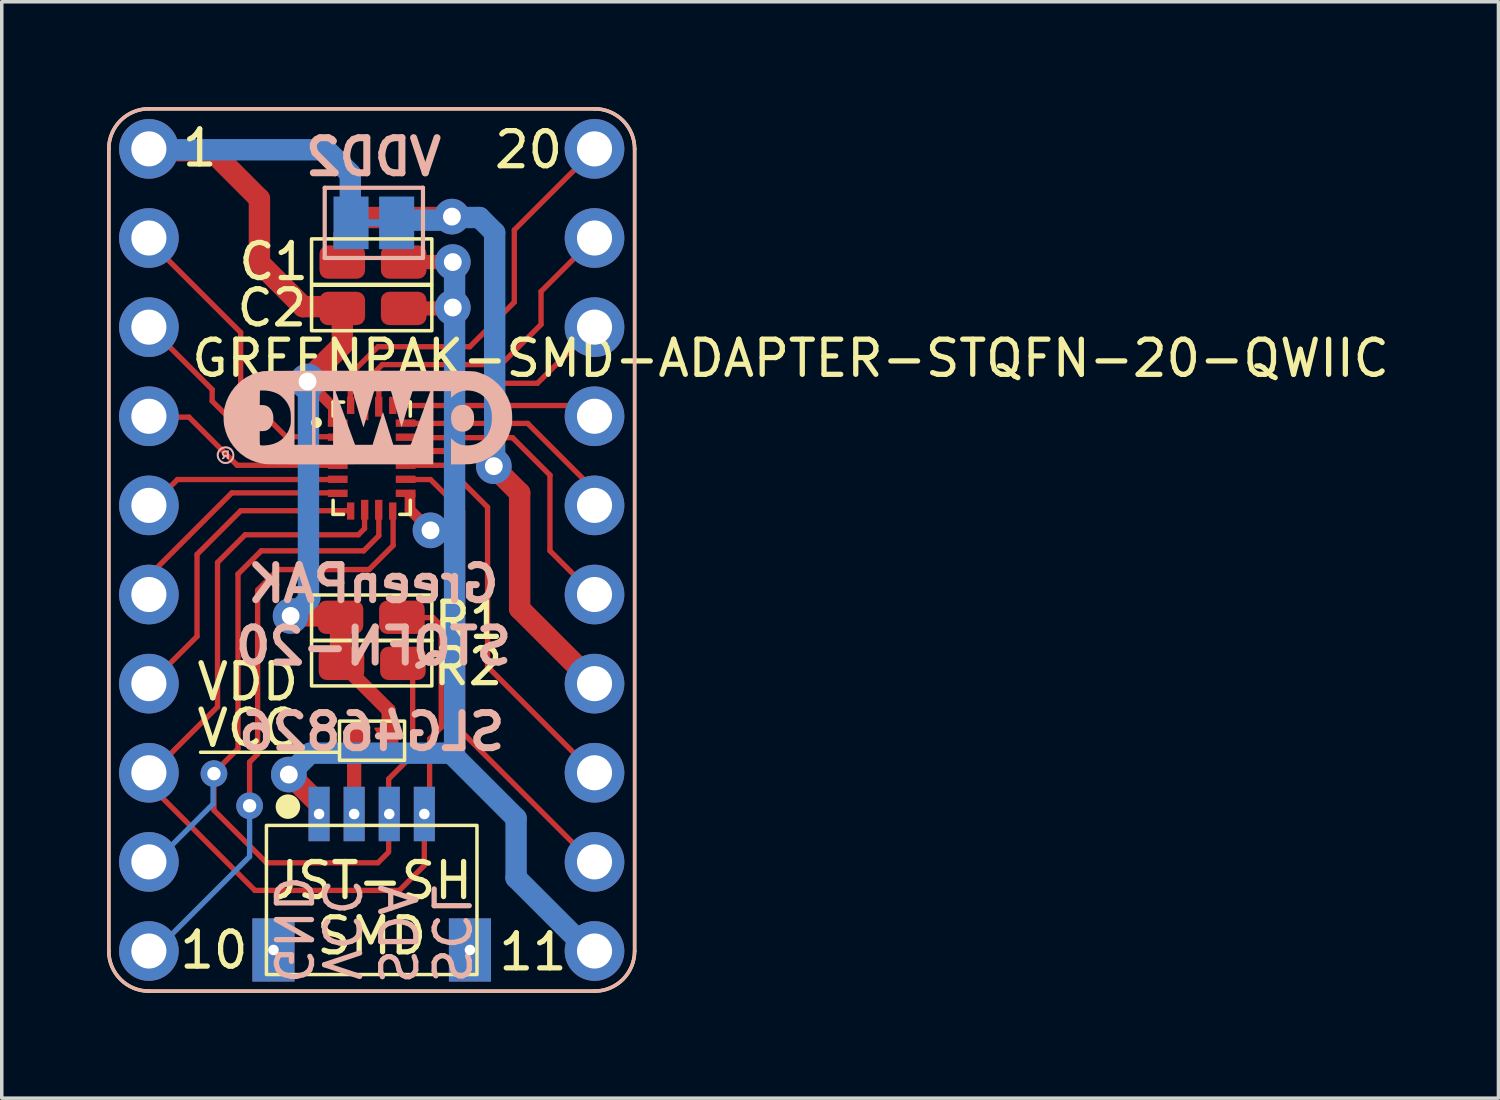
<source format=kicad_pcb>
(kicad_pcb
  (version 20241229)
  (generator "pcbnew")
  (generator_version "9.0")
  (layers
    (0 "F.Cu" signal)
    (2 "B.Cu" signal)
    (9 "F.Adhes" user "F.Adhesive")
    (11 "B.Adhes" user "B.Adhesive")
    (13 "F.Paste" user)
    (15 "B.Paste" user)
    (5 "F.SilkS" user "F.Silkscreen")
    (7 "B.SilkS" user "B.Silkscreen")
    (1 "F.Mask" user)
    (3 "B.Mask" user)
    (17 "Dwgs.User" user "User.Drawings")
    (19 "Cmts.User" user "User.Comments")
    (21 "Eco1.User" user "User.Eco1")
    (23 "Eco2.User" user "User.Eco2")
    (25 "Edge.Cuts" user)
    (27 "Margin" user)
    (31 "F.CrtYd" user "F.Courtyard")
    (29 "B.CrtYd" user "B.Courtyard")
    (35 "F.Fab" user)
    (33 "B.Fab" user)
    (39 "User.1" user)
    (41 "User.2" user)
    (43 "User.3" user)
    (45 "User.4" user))
  (footprint "GREENPAK-SMD-ADAPTER-STQFN-20-QWIIC"
    (layer "F.Cu")
    (at 7.543 12.623)
    (property "Reference" "GREENPAK-SMD-ADAPTER-STQFN-20-QWIIC" (at 11.938 -5.461 0) (layer "F.SilkS") (effects (font (size 1 1) (thickness 0.15))))
    (attr smd)
    (fp_line (start -6.426 6.502) (end -4.395 4.471) (stroke (width 0.152) (type default)) (layer "F.Cu"))
    (fp_line (start -6.392 -1.151) (end -5.536 -2.007) (stroke (width 0.152) (type default)) (layer "F.Cu"))
    (fp_line (start -6.35 -3.785) (end -5.207 -3.785) (stroke (width 0.152) (type default)) (layer "F.Cu"))
    (fp_line (start -5.206 -3.784) (end -3.835 -2.413) (stroke (width 0.152) (type default)) (layer "F.Cu"))
    (fp_line (start -4.978 2.464) (end -4.978 0.127) (stroke (width 0.152) (type default)) (layer "F.Cu"))
    (fp_line (start -4.978 2.464) (end -6.35 3.835) (stroke (width 0.152) (type default)) (layer "F.Cu"))
    (fp_line (start -4.976 0.125) (end -3.734 -1.118) (stroke (width 0.152) (type default)) (layer "F.Cu"))
    (fp_line (start -4.572 -11.379) (end -6.382 -11.379) (stroke (width 0.61) (type default)) (layer "F.Cu"))
    (fp_line (start -4.572 -11.379) (end -3.202 -10.009) (stroke (width 0.61) (type default)) (layer "F.Cu"))
    (fp_line (start -4.547 -4.242) (end -4.547 -4.572) (stroke (width 0.152) (type default)) (layer "F.Cu"))
    (fp_line (start -4.547 -4.242) (end -3.124 -2.819) (stroke (width 0.152) (type default)) (layer "F.Cu"))
    (fp_line (start -4.545 -4.571) (end -6.35 -6.375) (stroke (width 0.152) (type default)) (layer "F.Cu"))
    (fp_line (start -4.496 7.417) (end -4.496 6.083) (stroke (width 0.152) (type default)) (layer "F.Cu"))
    (fp_line (start -4.394 4.47) (end -4.394 0.356) (stroke (width 0.152) (type default)) (layer "F.Cu"))
    (fp_line (start -3.988 -1.626) (end -6.261 0.648) (stroke (width 0.152) (type default)) (layer "F.Cu"))
    (fp_line (start -3.835 -2.413) (end -0.991 -2.413) (stroke (width 0.152) (type default)) (layer "F.Cu"))
    (fp_line (start -3.81 5.664) (end -4.525 6.379) (stroke (width 0.152) (type default)) (layer "F.Cu"))
    (fp_line (start -3.81 5.664) (end -3.81 0.686) (stroke (width 0.152) (type default)) (layer "F.Cu"))
    (fp_line (start -3.735 -4.522) (end -2.439 -3.227) (stroke (width 0.152) (type default)) (layer "F.Cu"))
    (fp_line (start -3.734 -6.198) (end -3.734 -4.521) (stroke (width 0.152) (type default)) (layer "F.Cu"))
    (fp_line (start -3.733 -6.197) (end -6.426 -8.89) (stroke (width 0.152) (type default)) (layer "F.Cu"))
    (fp_line (start -3.607 -0.432) (end -4.394 0.356) (stroke (width 0.152) (type default)) (layer "F.Cu"))
    (fp_line (start -3.607 -0.432) (end -0.381 -0.432) (stroke (width 0.152) (type default)) (layer "F.Cu"))
    (fp_line (start -3.48 6.045) (end -3.48 7.338) (stroke (width 0.152) (type default)) (layer "F.Cu"))
    (fp_line (start -3.479 6.044) (end -3.251 5.817) (stroke (width 0.152) (type default)) (layer "F.Cu"))
    (fp_line (start -3.329 9.701) (end -6.543 6.488) (stroke (width 0.152) (type default)) (layer "F.Cu"))
    (fp_line (start -3.327 9.703) (end 0.787 9.703) (stroke (width 0.152) (type default)) (layer "F.Cu"))
    (fp_line (start -3.251 5.817) (end -3.251 1.143) (stroke (width 0.152) (type default)) (layer "F.Cu"))
    (fp_line (start -3.2 -10.008) (end -3.2 -8.179) (stroke (width 0.61) (type default)) (layer "F.Cu"))
    (fp_line (start -3.198 -8.177) (end -1.956 -6.934) (stroke (width 0.61) (type default)) (layer "F.Cu"))
    (fp_line (start -3.15 0.025) (end -0.229 0.025) (stroke (width 0.152) (type default)) (layer "F.Cu"))
    (fp_line (start -3.149 0.025) (end -3.812 0.688) (stroke (width 0.152) (type default)) (layer "F.Cu"))
    (fp_line (start -2.997 8.915) (end 0.178 8.915) (stroke (width 0.152) (type default)) (layer "F.Cu"))
    (fp_line (start -2.997 8.915) (end -4.495 7.417) (stroke (width 0.152) (type default)) (layer "F.Cu"))
    (fp_line (start -2.667 0.559) (end -0.076 0.559) (stroke (width 0.152) (type default)) (layer "F.Cu"))
    (fp_line (start -2.664 0.556) (end -3.252 1.144) (stroke (width 0.152) (type default)) (layer "F.Cu"))
    (fp_line (start -2.362 1.88) (end -0.838 1.88) (stroke (width 0.61) (type default)) (layer "F.Cu"))
    (fp_line (start -1.62 7.117) (end -2.337 6.401) (stroke (width 0.61) (type default)) (layer "F.Cu"))
    (fp_line (start -1.143 -2.007) (end -5.537 -2.007) (stroke (width 0.152) (type default)) (layer "F.Cu"))
    (fp_line (start -1.092 -4.075) (end -1.092 -3.698) (stroke (width 0.305) (type default)) (layer "F.Cu"))
    (fp_line (start -1.085 -4.056) (end -1.793 -4.765) (stroke (width 0.305) (type default)) (layer "F.Cu"))
    (fp_line (start -1.041 -2.819) (end -3.124 -2.819) (stroke (width 0.152) (type default)) (layer "F.Cu"))
    (fp_line (start -0.94 -1.626) (end -3.988 -1.626) (stroke (width 0.152) (type default)) (layer "F.Cu"))
    (fp_line (start -0.908 -3.226) (end -2.438 -3.226) (stroke (width 0.152) (type default)) (layer "F.Cu"))
    (fp_line (start -0.889 1.919) (end -0.889 3.215) (stroke (width 0.61) (type default)) (layer "F.Cu"))
    (fp_line (start -0.841 -5.839) (end -1.88 -4.801) (stroke (width 0.61) (type default)) (layer "F.Cu"))
    (fp_line (start -0.838 -5.842) (end -0.838 -6.934) (stroke (width 0.61) (type default)) (layer "F.Cu"))
    (fp_line (start -0.787 -8.992) (end -0.305 -9.474) (stroke (width 0.61) (type default)) (layer "F.Cu"))
    (fp_line (start -0.787 -8.954) (end -0.787 -8.268) (stroke (width 0.61) (type default)) (layer "F.Cu"))
    (fp_line (start -0.61 -4.064) (end -0.61 -5.004) (stroke (width 0.152) (type default)) (layer "F.Cu"))
    (fp_line (start -0.584 -6.934) (end -1.956 -6.934) (stroke (width 0.61) (type default)) (layer "F.Cu"))
    (fp_line (start -0.584 -1.118) (end -3.734 -1.118) (stroke (width 0.152) (type default)) (layer "F.Cu"))
    (fp_line (start -0.5 7.525) (end -0.5 5.41) (stroke (width 0.406) (type default)) (layer "F.Cu"))
    (fp_line (start -0.305 -9.474) (end 2.235 -9.474) (stroke (width 0.61) (type default)) (layer "F.Cu"))
    (fp_line (start -0.203 -4.039) (end -0.203 -4.775) (stroke (width 0.152) (type default)) (layer "F.Cu"))
    (fp_line (start -0.203 -1.146) (end -0.203 -0.61) (stroke (width 0.152) (type default)) (layer "F.Cu"))
    (fp_line (start -0.203 -0.61) (end -0.381 -0.432) (stroke (width 0.152) (type default)) (layer "F.Cu"))
    (fp_line (start 0.178 -5.791) (end -0.61 -5.004) (stroke (width 0.152) (type default)) (layer "F.Cu"))
    (fp_line (start 0.178 -5.791) (end 2.794 -5.791) (stroke (width 0.152) (type default)) (layer "F.Cu"))
    (fp_line (start 0.203 -4.013) (end 0.203 -4.572) (stroke (width 0.152) (type default)) (layer "F.Cu"))
    (fp_line (start 0.203 -0.406) (end 0.203 -1.194) (stroke (width 0.152) (type default)) (layer "F.Cu"))
    (fp_line (start 0.204 -0.407) (end -0.229 0.026) (stroke (width 0.152) (type default)) (layer "F.Cu"))
    (fp_line (start 0.305 -5.283) (end 3.683 -5.283) (stroke (width 0.152) (type default)) (layer "F.Cu"))
    (fp_line (start 0.305 -5.284) (end -0.205 -4.774) (stroke (width 0.152) (type default)) (layer "F.Cu"))
    (fp_line (start 0.381 -4.75) (end 4.724 -4.75) (stroke (width 0.152) (type default)) (layer "F.Cu"))
    (fp_line (start 0.381 -4.75) (end 0.203 -4.572) (stroke (width 0.152) (type default)) (layer "F.Cu"))
    (fp_line (start 0.481 8.612) (end 0.178 8.915) (stroke (width 0.152) (type default)) (layer "F.Cu"))
    (fp_line (start 0.482 4.571) (end -0.649 3.441) (stroke (width 0.406) (type default)) (layer "F.Cu"))
    (fp_line (start 0.483 5.359) (end 0.483 4.572) (stroke (width 0.406) (type default)) (layer "F.Cu"))
    (fp_line (start 0.483 7.43) (end 0.483 6.528) (stroke (width 0.152) (type default)) (layer "F.Cu"))
    (fp_line (start 0.483 7.62) (end 0.483 8.585) (stroke (width 0.152) (type default)) (layer "F.Cu"))
    (fp_line (start 0.483 6.527) (end 1.167 5.843) (stroke (width 0.152) (type default)) (layer "F.Cu"))
    (fp_line (start 0.61 -4.115) (end 6.35 -4.115) (stroke (width 0.152) (type default)) (layer "F.Cu"))
    (fp_line (start 0.61 -0.127) (end 0.61 -1.168) (stroke (width 0.152) (type default)) (layer "F.Cu"))
    (fp_line (start 0.612 -0.129) (end -0.076 0.559) (stroke (width 0.152) (type default)) (layer "F.Cu"))
    (fp_line (start 0.94 -3.607) (end 4.445 -3.607) (stroke (width 0.152) (type default)) (layer "F.Cu"))
    (fp_line (start 1.016 -2.819) (end 2.946 -2.819) (stroke (width 0.178) (type default)) (layer "F.Cu"))
    (fp_line (start 1.092 -1.13) (end 1.092 -1.562) (stroke (width 0.305) (type default)) (layer "F.Cu"))
    (fp_line (start 1.092 -1.143) (end 1.676 -0.559) (stroke (width 0.305) (type default)) (layer "F.Cu"))
    (fp_line (start 1.168 5.842) (end 1.168 3.277) (stroke (width 0.152) (type default)) (layer "F.Cu"))
    (fp_line (start 1.499 8.992) (end 1.499 7.569) (stroke (width 0.152) (type default)) (layer "F.Cu"))
    (fp_line (start 1.499 8.991) (end 0.789 9.701) (stroke (width 0.152) (type default)) (layer "F.Cu"))
    (fp_line (start 1.651 5.385) (end 1.986 5.05) (stroke (width 0.152) (type default)) (layer "F.Cu"))
    (fp_line (start 1.651 7.442) (end 1.651 5.385) (stroke (width 0.152) (type default)) (layer "F.Cu"))
    (fp_line (start 1.676 -2.007) (end 2.592 -1.091) (stroke (width 0.152) (type default)) (layer "F.Cu"))
    (fp_line (start 1.676 -2.007) (end 0.851 -2.007) (stroke (width 0.152) (type default)) (layer "F.Cu"))
    (fp_line (start 1.753 1.93) (end 1.262 1.93) (stroke (width 0.152) (type default)) (layer "F.Cu"))
    (fp_line (start 1.981 5.055) (end 1.981 2.159) (stroke (width 0.152) (type default)) (layer "F.Cu"))
    (fp_line (start 1.982 2.16) (end 1.753 1.93) (stroke (width 0.152) (type default)) (layer "F.Cu"))
    (fp_line (start 2.108 -2.413) (end 0.889 -2.413) (stroke (width 0.152) (type default)) (layer "F.Cu"))
    (fp_line (start 2.108 -2.413) (end 3.302 -1.219) (stroke (width 0.152) (type default)) (layer "F.Cu"))
    (fp_line (start 2.299 -6.883) (end 1.003 -6.883) (stroke (width 0.406) (type default)) (layer "F.Cu"))
    (fp_line (start 2.311 -8.204) (end 0.94 -8.204) (stroke (width 0.406) (type default)) (layer "F.Cu"))
    (fp_line (start 2.591 5.207) (end 2.591 -1.092) (stroke (width 0.152) (type default)) (layer "F.Cu"))
    (fp_line (start 2.591 5.207) (end 6.325 8.941) (stroke (width 0.152) (type default)) (layer "F.Cu"))
    (fp_line (start 2.795 -5.792) (end 4.064 -7.061) (stroke (width 0.152) (type default)) (layer "F.Cu"))
    (fp_line (start 3.302 3.327) (end 3.302 -1.219) (stroke (width 0.152) (type default)) (layer "F.Cu"))
    (fp_line (start 3.414 -2.352) (end 2.946 -2.82) (stroke (width 0.178) (type default)) (layer "F.Cu"))
    (fp_line (start 3.684 -5.284) (end 4.826 -6.426) (stroke (width 0.152) (type default)) (layer "F.Cu"))
    (fp_line (start 4.013 -3.2) (end 0.914 -3.2) (stroke (width 0.152) (type default)) (layer "F.Cu"))
    (fp_line (start 4.014 -3.2) (end 5.082 -2.131) (stroke (width 0.152) (type default)) (layer "F.Cu"))
    (fp_line (start 4.064 -7.061) (end 4.064 -9.119) (stroke (width 0.152) (type default)) (layer "F.Cu"))
    (fp_line (start 4.066 -9.121) (end 6.35 -11.405) (stroke (width 0.152) (type default)) (layer "F.Cu"))
    (fp_line (start 4.216 -1.626) (end 4.216 1.676) (stroke (width 0.61) (type default)) (layer "F.Cu"))
    (fp_line (start 4.218 -1.624) (end 3.48 -2.362) (stroke (width 0.61) (type default)) (layer "F.Cu"))
    (fp_line (start 4.445 -3.607) (end 6.37 -1.682) (stroke (width 0.152) (type default)) (layer "F.Cu"))
    (fp_line (start 4.825 -7.365) (end 6.375 -8.915) (stroke (width 0.152) (type default)) (layer "F.Cu"))
    (fp_line (start 4.826 -6.426) (end 4.826 -7.366) (stroke (width 0.152) (type default)) (layer "F.Cu"))
    (fp_line (start 5.079 0.024) (end 6.308 1.254) (stroke (width 0.152) (type default)) (layer "F.Cu"))
    (fp_line (start 5.08 -2.134) (end 5.08 0.025) (stroke (width 0.152) (type default)) (layer "F.Cu"))
    (fp_line (start 6.325 6.35) (end 3.303 3.328) (stroke (width 0.152) (type default)) (layer "F.Cu"))
    (fp_line (start 6.35 -6.375) (end 4.724 -4.75) (stroke (width 0.152) (type default)) (layer "F.Cu"))
    (fp_line (start 6.35 3.81) (end 4.215 1.675) (stroke (width 0.61) (type default)) (layer "F.Cu"))
    (fp_poly (pts (xy -0.251 5.086) (xy -0.701 5.086) (xy -0.701 5.786) (xy -0.251 5.786) (xy -0.051 5.436)) (stroke (width 0.05) (type solid)) (fill yes) (layer "F.Cu"))
    (fp_poly (pts (xy 0.099 5.086) (xy 0.736 5.086) (xy 0.736 5.786) (xy 0.099 5.786) (xy 0.299 5.436)) (stroke (width 0.05) (type solid)) (fill yes) (layer "F.Cu"))
    (fp_poly (pts (xy -0.251 5.086) (xy -0.701 5.086) (xy -0.701 5.786) (xy -0.251 5.786) (xy -0.051 5.436)) (stroke (width 0.1) (type solid)) (fill yes) (layer "F.Mask"))
    (fp_poly (pts (xy 0.1 5.091) (xy 0.737 5.091) (xy 0.737 5.791) (xy 0.1 5.791) (xy 0.3 5.441)) (stroke (width 0.1) (type solid)) (fill yes) (layer "F.Mask"))
    (fp_line (start -4.522 7.24) (end -6.312 9.03) (stroke (width 0.152) (type default)) (layer "B.Cu"))
    (fp_line (start -4.521 7.239) (end -4.521 6.083) (stroke (width 0.152) (type default)) (layer "B.Cu"))
    (fp_line (start -3.48 8.738) (end -6.35 11.608) (stroke (width 0.152) (type default)) (layer "B.Cu"))
    (fp_line (start -3.48 8.738) (end -3.48 7.315) (stroke (width 0.152) (type default)) (layer "B.Cu"))
    (fp_line (start -2.388 6.426) (end -1.755 5.794) (stroke (width 0.61) (type default)) (layer "B.Cu"))
    (fp_line (start -2.286 1.88) (end -1.77 1.364) (stroke (width 0.406) (type default)) (layer "B.Cu"))
    (fp_line (start -1.803 1.397) (end -1.803 -4.75) (stroke (width 0.61) (type default)) (layer "B.Cu"))
    (fp_line (start -1.763 1.382) (end -2.341 1.96) (stroke (width 0.61) (type default)) (layer "B.Cu"))
    (fp_line (start -1.297 -11.407) (end -0.61 -10.719) (stroke (width 0.61) (type default)) (layer "B.Cu"))
    (fp_line (start -1.295 -11.405) (end -6.35 -11.405) (stroke (width 0.61) (type default)) (layer "B.Cu"))
    (fp_line (start -0.61 -9.423) (end -0.61 -10.719) (stroke (width 0.61) (type default)) (layer "B.Cu"))
    (fp_line (start 0.61 -9.322) (end -0.457 -9.322) (stroke (width 0.203) (type default)) (layer "B.Cu"))
    (fp_line (start 2.159 5.791) (end -1.753 5.791) (stroke (width 0.61) (type default)) (layer "B.Cu"))
    (fp_line (start 2.318 -0.533) (end 1.594 -0.533) (stroke (width 0.61) (type default)) (layer "B.Cu"))
    (fp_line (start 2.337 -9.398) (end 0.61 -9.398) (stroke (width 0.61) (type default)) (layer "B.Cu"))
    (fp_line (start 2.362 5.817) (end 2.362 -8.15) (stroke (width 0.61) (type default)) (layer "B.Cu"))
    (fp_line (start 3.073 -9.474) (end 2.261 -9.474) (stroke (width 0.61) (type default)) (layer "B.Cu"))
    (fp_line (start 3.073 -9.474) (end 3.503 -9.045) (stroke (width 0.61) (type default)) (layer "B.Cu"))
    (fp_line (start 3.505 -2.302) (end 3.505 -9.042) (stroke (width 0.61) (type default)) (layer "B.Cu"))
    (fp_line (start 4.113 7.644) (end 2.286 5.817) (stroke (width 0.61) (type default)) (layer "B.Cu"))
    (fp_line (start 4.115 7.645) (end 4.115 9.347) (stroke (width 0.61) (type default)) (layer "B.Cu"))
    (fp_line (start 6.401 11.633) (end 4.112 9.344) (stroke (width 0.61) (type default)) (layer "B.Cu"))
    (fp_line (start -7.493 11.43) (end -7.493 -11.43) (stroke (width 0.1) (type default)) (layer "F.SilkS"))
    (fp_line (start -6.35 -12.573) (end 6.35 -12.573) (stroke (width 0.1) (type default)) (layer "F.SilkS"))
    (fp_line (start -4.877 5.766) (end -0.927 5.766) (stroke (width 0.1) (type default)) (layer "F.SilkS"))
    (fp_line (start -1.1 -4.214) (end -1.1 -3.814) (stroke (width 0.1) (type solid)) (layer "F.SilkS"))
    (fp_line (start -1.1 -4.214) (end -0.8 -4.214) (stroke (width 0.1) (type solid)) (layer "F.SilkS"))
    (fp_line (start -1.1 -1.414) (end -1.1 -1.014) (stroke (width 0.1) (type solid)) (layer "F.SilkS"))
    (fp_line (start -1.1 -1.014) (end -0.8 -1.014) (stroke (width 0.1) (type solid)) (layer "F.SilkS"))
    (fp_line (start 0.8 -4.214) (end 1.1 -4.214) (stroke (width 0.1) (type solid)) (layer "F.SilkS"))
    (fp_line (start 0.8 -1.014) (end 1.1 -1.014) (stroke (width 0.1) (type solid)) (layer "F.SilkS"))
    (fp_line (start 1.1 -4.214) (end 1.1 -3.814) (stroke (width 0.1) (type solid)) (layer "F.SilkS"))
    (fp_line (start 1.1 -1.414) (end 1.1 -1.014) (stroke (width 0.1) (type solid)) (layer "F.SilkS"))
    (fp_line (start 6.35 12.573) (end -6.35 12.573) (stroke (width 0.1) (type default)) (layer "F.SilkS"))
    (fp_line (start 7.493 -11.43) (end 7.493 11.43) (stroke (width 0.1) (type default)) (layer "F.SilkS"))
    (fp_rect (start -3 7.85) (end 3 12.1) (stroke (width 0.1) (type default)) (fill no) (layer "F.SilkS"))
    (fp_rect (start -1.714 -8.865) (end 1.714 -7.569) (stroke (width 0.1) (type default)) (fill no) (layer "F.SilkS"))
    (fp_rect (start -1.714 -7.544) (end 1.714 -6.248) (stroke (width 0.1) (type default)) (fill no) (layer "F.SilkS"))
    (fp_rect (start -1.714 1.284) (end 1.714 2.58) (stroke (width 0.1) (type default)) (fill no) (layer "F.SilkS"))
    (fp_rect (start -1.714 2.58) (end 1.714 3.875) (stroke (width 0.1) (type default)) (fill no) (layer "F.SilkS"))
    (fp_rect (start -0.917 4.877) (end 0.937 5.994) (stroke (width 0.1) (type default)) (fill no) (layer "F.SilkS"))
    (fp_arc (start -7.493 -11.43) (mid -7.158223 -12.238223) (end -6.35 -12.573) (stroke (width 0.1) (type default)) (layer "F.SilkS"))
    (fp_arc (start -6.35 12.573) (mid -7.158223 12.238223) (end -7.493 11.43) (stroke (width 0.1) (type default)) (layer "F.SilkS"))
    (fp_arc (start 6.35 -12.573) (mid 7.158226 -12.238224) (end 7.493 -11.43) (stroke (width 0.1) (type default)) (layer "F.SilkS"))
    (fp_arc (start 7.493 11.43) (mid 7.158224 12.238224) (end 6.35 12.573) (stroke (width 0.1) (type default)) (layer "F.SilkS"))
    (fp_circle (center -2.388 7.315) (end -2.088 7.315) (stroke (width 0.1) (type solid)) (fill yes) (layer "F.SilkS"))
    (fp_circle (center -1.573 -3.63) (end -1.423 -3.63) (stroke (width 0.01) (type solid)) (fill yes) (layer "F.SilkS"))
    (fp_line (start -7.493 11.43) (end -7.493 -11.43) (stroke (width 0.1) (type default)) (layer "B.SilkS"))
    (fp_line (start -6.35 -12.573) (end 6.35 -12.573) (stroke (width 0.1) (type default)) (layer "B.SilkS"))
    (fp_line (start -1.339 -10.322) (end -1.339 -8.322) (stroke (width 0.12) (type solid)) (layer "B.SilkS"))
    (fp_line (start -1.339 -8.322) (end 1.461 -8.322) (stroke (width 0.12) (type solid)) (layer "B.SilkS"))
    (fp_line (start 1.461 -10.322) (end -1.339 -10.322) (stroke (width 0.12) (type solid)) (layer "B.SilkS"))
    (fp_line (start 1.461 -8.322) (end 1.461 -10.322) (stroke (width 0.12) (type solid)) (layer "B.SilkS"))
    (fp_line (start 6.35 12.573) (end -6.35 12.573) (stroke (width 0.1) (type default)) (layer "B.SilkS"))
    (fp_line (start 7.493 -11.43) (end 7.493 11.43) (stroke (width 0.1) (type default)) (layer "B.SilkS"))
    (fp_arc (start -7.493 -11.43) (mid -7.158223 -12.238223) (end -6.35 -12.573) (stroke (width 0.1) (type default)) (layer "B.SilkS"))
    (fp_arc (start -6.35 12.573) (mid -7.158223 12.238223) (end -7.493 11.43) (stroke (width 0.1) (type default)) (layer "B.SilkS"))
    (fp_arc (start 6.35 -12.573) (mid 7.158223 -12.238223) (end 7.493 -11.43) (stroke (width 0.1) (type default)) (layer "B.SilkS"))
    (fp_arc (start 7.493 11.43) (mid 7.158223 12.238223) (end 6.35 12.573) (stroke (width 0.1) (type default)) (layer "B.SilkS"))
    (fp_poly (pts (xy 2.567 -4.135) (xy 2.489 -4.123) (xy 2.423 -4.096) (xy 2.368 -4.053) (xy 2.321 -3.993) (xy 2.297 -3.948) (xy 2.282 -3.914) (xy 2.273 -3.882) (xy 2.267 -3.847) (xy 2.263 -3.801) (xy 2.262 -3.782) (xy 2.265 -3.683) (xy 2.283 -3.596) (xy 2.316 -3.522) (xy 2.363 -3.461) (xy 2.389 -3.438) (xy 2.452 -3.4) (xy 2.523 -3.377) (xy 2.598 -3.369) (xy 2.67 -3.379) (xy 2.685 -3.383) (xy 2.759 -3.416) (xy 2.819 -3.464) (xy 2.866 -3.525) (xy 2.898 -3.6) (xy 2.916 -3.686) (xy 2.918 -3.781) (xy 2.91 -3.864) (xy 2.892 -3.932) (xy 2.863 -3.989) (xy 2.82 -4.041) (xy 2.804 -4.056) (xy 2.753 -4.096) (xy 2.701 -4.122) (xy 2.642 -4.134) (xy 2.571 -4.135)) (stroke (width 0) (type solid)) (fill yes) (layer "B.SilkS"))
    (fp_poly (pts (xy -4.185 -2.833) (xy -4.228 -2.822) (xy -4.255 -2.804) (xy -4.26 -2.797) (xy -4.269 -2.764) (xy -4.268 -2.727) (xy -4.256 -2.695) (xy -4.249 -2.687) (xy -4.236 -2.672) (xy -4.235 -2.66) (xy -4.246 -2.641) (xy -4.248 -2.639) (xy -4.267 -2.611) (xy -4.274 -2.595) (xy -4.27 -2.589) (xy -4.254 -2.587) (xy -4.247 -2.587) (xy -4.223 -2.59) (xy -4.207 -2.603) (xy -4.195 -2.622) (xy -4.175 -2.648) (xy -4.155 -2.659) (xy -4.138 -2.653) (xy -4.128 -2.63) (xy -4.128 -2.624) (xy -4.123 -2.601) (xy -4.109 -2.591) (xy -4.097 -2.589) (xy -4.07 -2.586) (xy -4.07 -2.711) (xy -4.07 -2.721) (xy -4.126 -2.721) (xy -4.131 -2.71) (xy -4.147 -2.707) (xy -4.16 -2.707) (xy -4.187 -2.71) (xy -4.206 -2.718) (xy -4.208 -2.719) (xy -4.22 -2.741) (xy -4.214 -2.762) (xy -4.195 -2.779) (xy -4.164 -2.787) (xy -4.156 -2.787) (xy -4.14 -2.784) (xy -4.132 -2.773) (xy -4.128 -2.747) (xy -4.126 -2.721) (xy -4.07 -2.721) (xy -4.07 -2.837) (xy -4.128 -2.837)) (stroke (width 0) (type solid)) (fill yes) (layer "B.SilkS"))
    (fp_poly (pts (xy -4.191 -2.954) (xy -4.257 -2.939) (xy -4.314 -2.908) (xy -4.36 -2.865) (xy -4.394 -2.812) (xy -4.414 -2.752) (xy -4.418 -2.688) (xy -4.405 -2.623) (xy -4.391 -2.589) (xy -4.364 -2.55) (xy -4.326 -2.511) (xy -4.283 -2.479) (xy -4.243 -2.459) (xy -4.242 -2.459) (xy -4.177 -2.448) (xy -4.109 -2.454) (xy -4.073 -2.463) (xy -4.028 -2.487) (xy -3.984 -2.525) (xy -3.947 -2.57) (xy -3.934 -2.592) (xy -3.917 -2.646) (xy -3.914 -2.708) (xy -3.916 -2.725) (xy -3.972 -2.725) (xy -3.973 -2.67) (xy -3.989 -2.62) (xy -4.018 -2.575) (xy -4.057 -2.54) (xy -4.105 -2.517) (xy -4.158 -2.507) (xy -4.214 -2.514) (xy -4.237 -2.522) (xy -4.289 -2.553) (xy -4.327 -2.595) (xy -4.35 -2.644) (xy -4.359 -2.696) (xy -4.353 -2.749) (xy -4.333 -2.799) (xy -4.298 -2.842) (xy -4.25 -2.876) (xy -4.237 -2.881) (xy -4.179 -2.896) (xy -4.122 -2.892) (xy -4.069 -2.871) (xy -4.023 -2.834) (xy -3.989 -2.784) (xy -3.989 -2.782) (xy -3.972 -2.725) (xy -3.916 -2.725) (xy -3.923 -2.77) (xy -3.944 -2.824) (xy -3.986 -2.883) (xy -4.04 -2.924) (xy -4.103 -2.949) (xy -4.174 -2.955)) (stroke (width 0) (type solid)) (fill yes) (layer "B.SilkS"))
    (fp_poly (pts (xy 0.488 -5.107) (xy 0.219 -5.107) (xy -0.069 -5.107) (xy -0.105 -5.107) (xy -0.394 -5.107) (xy -0.663 -5.107) (xy -0.913 -5.107) (xy -1.146 -5.107) (xy -1.361 -5.107) (xy -1.559 -5.107) (xy -1.742 -5.106) (xy -1.91 -5.106) (xy -2.063 -5.106) (xy -2.202 -5.106) (xy -2.328 -5.105) (xy -2.442 -5.105) (xy -2.544 -5.104) (xy -2.635 -5.104) (xy -2.716 -5.103) (xy -2.786 -5.103) (xy -2.848 -5.102) (xy -2.902 -5.101) (xy -2.948 -5.1) (xy -2.987 -5.099) (xy -3.02 -5.098) (xy -3.047 -5.097) (xy -3.069 -5.096) (xy -3.088 -5.095) (xy -3.102 -5.093) (xy -3.114 -5.092) (xy -3.12 -5.091) (xy -3.275 -5.054) (xy -3.422 -5) (xy -3.561 -4.929) (xy -3.69 -4.843) (xy -3.808 -4.742) (xy -3.914 -4.628) (xy -4.006 -4.503) (xy -4.084 -4.366) (xy -4.147 -4.22) (xy -4.192 -4.066) (xy -4.201 -4.022) (xy -4.213 -3.938) (xy -4.22 -3.842) (xy -4.221 -3.741) (xy -4.217 -3.643) (xy -4.206 -3.555) (xy -4.205 -3.548) (xy -4.167 -3.391) (xy -4.111 -3.24) (xy -4.038 -3.098) (xy -3.949 -2.966) (xy -3.845 -2.845) (xy -3.727 -2.736) (xy -3.596 -2.643) (xy -3.568 -2.625) (xy -3.43 -2.555) (xy -3.283 -2.5) (xy -3.13 -2.462) (xy -3.022 -2.447) (xy -3.001 -2.445) (xy -2.964 -2.444) (xy -2.911 -2.443) (xy -2.841 -2.442) (xy -2.755 -2.441) (xy -2.653 -2.441) (xy -2.533 -2.44) (xy -2.397 -2.439) (xy -2.242 -2.439) (xy -2.069 -2.439) (xy -1.879 -2.438) (xy -1.67 -2.438) (xy -1.442 -2.438) (xy -1.195 -2.438) (xy -0.928 -2.439) (xy -0.642 -2.439) (xy -0.58 -2.439) (xy 1.755 -2.442) (xy 1.758 -3.484) (xy 1.76 -4.522) (xy 1.668 -4.522) (xy 1.399 -3.782) (xy 1.357 -3.665) (xy 1.316 -3.553) (xy 1.278 -3.448) (xy 1.242 -3.351) (xy 1.21 -3.264) (xy 1.183 -3.187) (xy 1.159 -3.123) (xy 1.141 -3.073) (xy 1.128 -3.039) (xy 1.121 -3.021) (xy 1.121 -3.019) (xy 1.117 -3.012) (xy 1.112 -3.007) (xy 1.103 -3.003) (xy 1.087 -3) (xy 1.063 -2.999) (xy 1.027 -2.998) (xy 0.978 -2.997) (xy 0.912 -2.997) (xy 0.863 -2.997) (xy 0.615 -2.997) (xy 0.471 -3.459) (xy 0.443 -3.552) (xy 0.416 -3.638) (xy 0.391 -3.717) (xy 0.369 -3.786) (xy 0.35 -3.844) (xy 0.336 -3.888) (xy 0.326 -3.918) (xy 0.321 -3.93) (xy 0.321 -3.93) (xy 0.317 -3.922) (xy 0.307 -3.897) (xy 0.293 -3.856) (xy 0.275 -3.802) (xy 0.254 -3.736) (xy 0.229 -3.659) (xy 0.202 -3.574) (xy 0.174 -3.482) (xy 0.17 -3.467) (xy 0.025 -2.997) (xy -0.225 -2.997) (xy -0.475 -2.997) (xy -0.749 -3.75) (xy -0.792 -3.867) (xy -0.833 -3.979) (xy -0.871 -4.084) (xy -0.906 -4.182) (xy -0.938 -4.269) (xy -0.966 -4.346) (xy -0.989 -4.41) (xy -1.008 -4.46) (xy -1.02 -4.494) (xy -1.027 -4.512) (xy -1.028 -4.514) (xy -1.025 -4.518) (xy -1.012 -4.522) (xy -0.988 -4.524) (xy -0.95 -4.526) (xy -0.896 -4.526) (xy -0.825 -4.527) (xy -0.788 -4.527) (xy -1.1 -4.527) (xy -1.1 -3.762) (xy -1.1 -2.997) (xy -1.35 -2.997) (xy -1.6 -2.997) (xy -1.6 -3.762) (xy -1.6 -4.527) (xy -1.7 -4.527) (xy -1.7 -3.762) (xy -1.7 -2.997) (xy -1.95 -2.997) (xy -2.2 -2.997) (xy -2.2 -3.757) (xy -2.305 -3.757) (xy -2.305 -3.691) (xy -2.306 -3.641) (xy -2.309 -3.602) (xy -2.314 -3.569) (xy -2.321 -3.537) (xy -2.328 -3.512) (xy -2.371 -3.397) (xy -2.429 -3.295) (xy -2.501 -3.205) (xy -2.587 -3.13) (xy -2.685 -3.069) (xy -2.796 -3.024) (xy -2.917 -2.993) (xy -3.049 -2.979) (xy -3.081 -2.978) (xy -3.12 -2.978) (xy -3.153 -2.98) (xy -3.172 -2.983) (xy -3.174 -2.983) (xy -3.179 -2.987) (xy -3.183 -2.997) (xy -3.186 -3.016) (xy -3.188 -3.045) (xy -3.189 -3.087) (xy -3.19 -3.145) (xy -3.19 -3.188) (xy -3.19 -3.387) (xy -3.112 -3.387) (xy -3.046 -3.392) (xy -2.992 -3.407) (xy -2.943 -3.435) (xy -2.913 -3.46) (xy -2.868 -3.513) (xy -2.834 -3.58) (xy -2.811 -3.656) (xy -2.801 -3.738) (xy -2.805 -3.821) (xy -2.811 -3.859) (xy -2.837 -3.943) (xy -2.875 -4.013) (xy -2.925 -4.066) (xy -2.987 -4.104) (xy -3.058 -4.125) (xy -3.117 -4.13) (xy -3.19 -4.129) (xy -3.187 -4.336) (xy -3.185 -4.542) (xy -3.115 -4.545) (xy -3.012 -4.542) (xy -2.905 -4.527) (xy -2.801 -4.5) (xy -2.705 -4.463) (xy -2.652 -4.436) (xy -2.593 -4.394) (xy -2.531 -4.339) (xy -2.473 -4.277) (xy -2.424 -4.213) (xy -2.392 -4.161) (xy -2.361 -4.096) (xy -2.337 -4.037) (xy -2.321 -3.978) (xy -2.311 -3.914) (xy -2.306 -3.84) (xy -2.305 -3.757) (xy -2.2 -3.757) (xy -2.2 -3.762) (xy -2.2 -4.527) (xy -1.95 -4.527) (xy -1.7 -4.527) (xy -1.6 -4.527) (xy -1.35 -4.527) (xy -1.1 -4.527) (xy -0.788 -4.527) (xy -0.544 -4.527) (xy -0.395 -4.019) (xy -0.367 -3.922) (xy -0.34 -3.831) (xy -0.315 -3.747) (xy -0.292 -3.673) (xy -0.273 -3.61) (xy -0.257 -3.56) (xy -0.246 -3.524) (xy -0.24 -3.505) (xy -0.239 -3.503) (xy -0.231 -3.504) (xy -0.224 -3.519) (xy -0.22 -3.533) (xy -0.211 -3.565) (xy -0.198 -3.612) (xy -0.18 -3.672) (xy -0.16 -3.744) (xy -0.136 -3.825) (xy -0.11 -3.914) (xy -0.082 -4.009) (xy -0.075 -4.033) (xy 0.068 -4.522) (xy 0.308 -4.525) (xy 0.549 -4.527) (xy 0.559 -4.495) (xy 0.564 -4.479) (xy 0.574 -4.446) (xy 0.588 -4.397) (xy 0.606 -4.336) (xy 0.627 -4.263) (xy 0.65 -4.181) (xy 0.676 -4.092) (xy 0.703 -3.997) (xy 0.706 -3.987) (xy 0.733 -3.893) (xy 0.759 -3.805) (xy 0.782 -3.725) (xy 0.803 -3.654) (xy 0.821 -3.595) (xy 0.835 -3.549) (xy 0.845 -3.518) (xy 0.85 -3.505) (xy 0.85 -3.504) (xy 0.854 -3.512) (xy 0.863 -3.537) (xy 0.877 -3.578) (xy 0.894 -3.633) (xy 0.915 -3.701) (xy 0.939 -3.778) (xy 0.965 -3.865) (xy 0.993 -3.959) (xy 1.006 -4.002) (xy 1.035 -4.099) (xy 1.062 -4.19) (xy 1.087 -4.274) (xy 1.109 -4.348) (xy 1.128 -4.411) (xy 1.143 -4.461) (xy 1.154 -4.497) (xy 1.16 -4.515) (xy 1.161 -4.518) (xy 1.173 -4.521) (xy 1.202 -4.523) (xy 1.248 -4.524) (xy 1.308 -4.525) (xy 1.381 -4.525) (xy 1.417 -4.525) (xy 1.668 -4.522) (xy 1.76 -4.522) (xy 1.76 -4.527) (xy 2.01 -4.527) (xy 2.26 -4.527) (xy 2.26 -4.431) (xy 2.26 -4.335) (xy 2.323 -4.392) (xy 2.406 -4.456) (xy 2.499 -4.503) (xy 2.601 -4.532) (xy 2.711 -4.544) (xy 2.77 -4.543) (xy 2.89 -4.528) (xy 3 -4.494) (xy 3.099 -4.445) (xy 3.186 -4.38) (xy 3.262 -4.299) (xy 3.325 -4.203) (xy 3.374 -4.093) (xy 3.402 -4) (xy 3.412 -3.956) (xy 3.418 -3.912) (xy 3.422 -3.863) (xy 3.424 -3.803) (xy 3.424 -3.767) (xy 3.421 -3.666) (xy 3.411 -3.578) (xy 3.393 -3.497) (xy 3.365 -3.417) (xy 3.334 -3.348) (xy 3.307 -3.296) (xy 3.279 -3.252) (xy 3.244 -3.211) (xy 3.212 -3.177) (xy 3.13 -3.105) (xy 3.045 -3.051) (xy 2.952 -3.012) (xy 2.849 -2.989) (xy 2.755 -2.98) (xy 2.642 -2.982) (xy 2.541 -3) (xy 2.45 -3.035) (xy 2.369 -3.086) (xy 2.319 -3.129) (xy 2.26 -3.187) (xy 2.26 -2.812) (xy 2.26 -2.437) (xy 2.508 -2.438) (xy 2.581 -2.439) (xy 2.651 -2.44) (xy 2.715 -2.442) (xy 2.769 -2.444) (xy 2.809 -2.446) (xy 2.824 -2.448) (xy 2.958 -2.47) (xy 3.084 -2.504) (xy 3.211 -2.554) (xy 3.284 -2.59) (xy 3.422 -2.671) (xy 3.547 -2.768) (xy 3.66 -2.879) (xy 3.759 -3.002) (xy 3.844 -3.137) (xy 3.912 -3.283) (xy 3.964 -3.437) (xy 3.987 -3.534) (xy 3.998 -3.611) (xy 4.004 -3.7) (xy 4.004 -3.795) (xy 4 -3.89) (xy 3.992 -3.977) (xy 3.982 -4.034) (xy 3.94 -4.192) (xy 3.883 -4.337) (xy 3.811 -4.472) (xy 3.722 -4.597) (xy 3.615 -4.716) (xy 3.595 -4.736) (xy 3.478 -4.838) (xy 3.356 -4.923) (xy 3.225 -4.991) (xy 3.085 -5.046) (xy 3.068 -5.052) (xy 3.053 -5.057) (xy 3.038 -5.062) (xy 3.024 -5.067) (xy 3.009 -5.072) (xy 2.994 -5.076) (xy 2.977 -5.079) (xy 2.957 -5.083) (xy 2.934 -5.086) (xy 2.907 -5.089) (xy 2.876 -5.091) (xy 2.839 -5.094) (xy 2.797 -5.096) (xy 2.748 -5.098) (xy 2.691 -5.099) (xy 2.627 -5.101) (xy 2.553 -5.102) (xy 2.471 -5.103) (xy 2.378 -5.104) (xy 2.274 -5.105) (xy 2.159 -5.105) (xy 2.031 -5.106) (xy 1.891 -5.106) (xy 1.737 -5.106) (xy 1.569 -5.107) (xy 1.385 -5.107) (xy 1.186 -5.107) (xy 0.971 -5.107) (xy 0.738 -5.107)) (stroke (width 0) (type solid)) (fill yes) (layer "B.SilkS"))
    (fp_text user "10" (at -4.496 11.405 0) (unlocked yes) (layer "F.SilkS") (effects (font (size 1 1) (thickness 0.15))))
    (fp_text user "VCC" (at -3.531 5.08 0) (unlocked yes) (layer "F.SilkS") (effects (font (size 1 1) (thickness 0.15))))
    (fp_text user "C1" (at -2.794 -8.218 0) (unlocked yes) (layer "F.SilkS") (effects (font (size 1 1) (thickness 0.15))))
    (fp_text user "VDD" (at -3.531 3.759 0) (unlocked yes) (layer "F.SilkS") (effects (font (size 1 1) (thickness 0.15))))
    (fp_text user "R2" (at 2.743 3.327 0) (unlocked yes) (layer "F.SilkS") (effects (font (size 1 1) (thickness 0.15))))
    (fp_text user "JST-SH" (at 0 9.423 0) (unlocked yes) (layer "F.SilkS") (effects (font (size 1 1) (thickness 0.15))))
    (fp_text user "1" (at -4.902 -11.455 0) (unlocked yes) (layer "F.SilkS") (effects (font (size 1 1) (thickness 0.15))))
    (fp_text user "R1" (at 2.769 2.007 0) (unlocked yes) (layer "F.SilkS") (effects (font (size 1 1) (thickness 0.15))))
    (fp_text user "C2" (at -2.845 -6.898 0) (unlocked yes) (layer "F.SilkS") (effects (font (size 1 1) (thickness 0.15))))
    (fp_text user "11" (at 4.597 11.455 0) (unlocked yes) (layer "F.SilkS") (effects (font (size 1 1) (thickness 0.15))))
    (fp_text user "20" (at 4.47 -11.405 0) (unlocked yes) (layer "F.SilkS") (effects (font (size 1 1) (thickness 0.15))))
    (fp_text user "SMD" (at 0 10.998 0) (unlocked yes) (layer "F.SilkS") (effects (font (size 1 1) (thickness 0.15))))
    (fp_text user "SLG46826" (at 0 5.182 0) (unlocked yes) (layer "B.SilkS") (effects (font (size 1 1) (thickness 0.2) (bold yes)) (justify mirror)))
    (fp_text user "SDA" (at 0.711 10.947 270) (unlocked yes) (layer "B.SilkS") (effects (font (size 1 1) (thickness 0.15)) (justify mirror)))
    (fp_text user "GreenPAK" (at 0.051 0.965 0) (unlocked yes) (layer "B.SilkS") (effects (font (size 1 1) (thickness 0.2) (bold yes)) (justify mirror)))
    (fp_text user "SCL" (at 2.235 10.947 270) (unlocked yes) (layer "B.SilkS") (effects (font (size 1 1) (thickness 0.15)) (justify mirror)))
    (fp_text user "VCC" (at -0.889 10.82 270) (unlocked yes) (layer "B.SilkS") (effects (font (size 1 1) (thickness 0.15)) (justify mirror)))
    (fp_text user "VDD2" (at 0.051 -11.201 0) (unlocked yes) (layer "B.SilkS") (effects (font (size 1 1) (thickness 0.2) (bold yes)) (justify mirror)))
    (fp_text user "GND" (at -2.261 10.82 270) (unlocked yes) (layer "B.SilkS") (effects (font (size 1 1) (thickness 0.15)) (justify mirror)))
    (fp_text user "STQFN-20" (at 0.051 2.743 0) (unlocked yes) (layer "B.SilkS") (effects (font (size 1 1) (thickness 0.2) (bold yes)) (justify mirror)))
    (pad "" thru_hole rect (at -2.8 11.4) (size 1.2 1.8) (drill 0.3) (layers "*.Cu" "F.Mask" "F.Paste"))
    (pad "" thru_hole rect (at 2.8 11.4) (size 1.2 1.8) (drill 0.3) (layers "*.Cu" "F.Mask" "F.Paste"))
    (pad "1" thru_hole circle (at -6.35 -11.43) (size 1.7 1.7) (drill 1) (layers "*.Cu" "*.Mask"))
    (pad "1" thru_hole circle (at -2.311 1.88) (size 1.016 1.016) (drill 0.508) (layers "*.Cu"))
    (pad "1" thru_hole circle (at -1.829 -4.801) (size 1.016 1.016) (drill 0.508) (layers "*.Cu"))
    (pad "1" smd rect (at -0.968 -3.614 90) (size 0.21 0.565) (layers "F.Cu" "F.Mask" "F.Paste"))
    (pad "1" smd roundrect (at -0.889 1.919 180) (size 1.3 0.95) (layers "F.Cu" "F.Mask" "F.Paste") (roundrect_rratio 0.25))
    (pad "1" smd roundrect (at -0.861 3.233 180) (size 1.3 0.95) (layers "F.Cu" "F.Mask" "F.Paste") (roundrect_rratio 0.25))
    (pad "1" smd roundrect (at -0.838 -6.883) (size 1.3 0.95) (layers "F.Cu" "F.Mask" "F.Paste") (roundrect_rratio 0.25))
    (pad "1" thru_hole rect (at -0.5 7.525) (size 0.6 1.55) (drill 0.3) (layers "*.Cu" "F.Mask" "F.Paste"))
    (pad "1" smd rect (at 0.711 -9.322) (size 1 1.5) (layers "B.Cu" "B.Mask"))
    (pad "2" thru_hole circle (at -6.35 -8.89) (size 1.7 1.7) (drill 1) (layers "*.Cu" "*.Mask"))
    (pad "2" smd rect (at -0.968 -3.214 90) (size 0.21 0.565) (layers "F.Cu" "F.Mask" "F.Paste"))
    (pad "2" smd rect (at -0.589 -9.322) (size 1 1.5) (layers "B.Cu" "B.Mask"))
    (pad "3" thru_hole circle (at -6.35 -6.35) (size 1.7 1.7) (drill 1) (layers "*.Cu" "*.Mask"))
    (pad "3" smd rect (at -0.968 -2.814 90) (size 0.21 0.565) (layers "F.Cu" "F.Mask" "F.Paste"))
    (pad "4" thru_hole circle (at -6.35 -3.81) (size 1.7 1.7) (drill 1) (layers "*.Cu" "*.Mask"))
    (pad "4" smd rect (at -0.968 -2.414 90) (size 0.21 0.565) (layers "F.Cu" "F.Mask" "F.Paste"))
    (pad "5" thru_hole circle (at -6.35 -1.27) (size 1.7 1.7) (drill 1) (layers "*.Cu" "*.Mask"))
    (pad "5" smd rect (at -0.968 -2.014 90) (size 0.21 0.565) (layers "F.Cu" "F.Mask" "F.Paste"))
    (pad "6" thru_hole circle (at -6.35 1.27) (size 1.7 1.7) (drill 1) (layers "*.Cu" "*.Mask"))
    (pad "6" smd rect (at -0.968 -1.614 90) (size 0.21 0.565) (layers "F.Cu" "F.Mask" "F.Paste"))
    (pad "7" thru_hole circle (at -6.35 3.81) (size 1.7 1.7) (drill 1) (layers "*.Cu" "*.Mask"))
    (pad "7" smd rect (at -0.6 -1.109) (size 0.21 0.49) (layers "F.Cu" "F.Mask" "F.Paste"))
    (pad "8" thru_hole circle (at -6.35 6.35) (size 1.7 1.7) (drill 1) (layers "*.Cu" "*.Mask"))
    (pad "8" smd rect (at -0.2 -1.146) (size 0.21 0.565) (layers "F.Cu" "F.Mask" "F.Paste"))
    (pad "8" smd roundrect (at 0.861 1.919 180) (size 1.3 0.95) (layers "F.Cu" "F.Mask" "F.Paste") (roundrect_rratio 0.25))
    (pad "8" thru_hole rect (at 1.5 7.525) (size 0.6 1.55) (drill 0.3) (layers "*.Cu" "F.Mask" "F.Paste"))
    (pad "9" thru_hole circle (at -6.35 8.89) (size 1.7 1.7) (drill 1) (layers "*.Cu" "*.Mask"))
    (pad "9" thru_hole circle (at -4.496 6.375) (size 0.762 0.762) (drill 0.381) (layers "*.Cu"))
    (pad "9" smd rect (at 0.2 -1.146) (size 0.21 0.565) (layers "F.Cu" "F.Mask" "F.Paste"))
    (pad "9" thru_hole rect (at 0.5 7.525) (size 0.6 1.55) (drill 0.3) (layers "*.Cu" "F.Mask" "F.Paste"))
    (pad "9" smd roundrect (at 0.889 3.233 180) (size 1.3 0.95) (layers "F.Cu" "F.Mask" "F.Paste") (roundrect_rratio 0.25))
    (pad "10" thru_hole circle (at -6.35 11.43) (size 1.7 1.7) (drill 1) (layers "*.Cu" "*.Mask"))
    (pad "10" thru_hole circle (at -3.48 7.29) (size 0.762 0.762) (drill 0.381) (layers "*.Cu"))
    (pad "10" smd rect (at 0.6 -1.109) (size 0.21 0.49) (layers "F.Cu" "F.Mask" "F.Paste"))
    (pad "11" thru_hole circle (at -2.362 6.401) (size 1.016 1.016) (drill 0.508) (layers "*.Cu"))
    (pad "11" thru_hole rect (at -1.5 7.525) (size 0.6 1.55) (drill 0.3) (layers "*.Cu" "F.Mask" "F.Paste"))
    (pad "11" smd roundrect (at 0.912 -8.204) (size 1.3 0.95) (layers "F.Cu" "F.Mask" "F.Paste") (roundrect_rratio 0.25))
    (pad "11" smd roundrect (at 0.912 -6.883) (size 1.3 0.95) (layers "F.Cu" "F.Mask" "F.Paste") (roundrect_rratio 0.25))
    (pad "11" smd rect (at 0.968 -1.614 90) (size 0.21 0.565) (layers "F.Cu" "F.Mask" "F.Paste"))
    (pad "11" thru_hole circle (at 1.676 -0.559) (size 1.016 1.016) (drill 0.508) (layers "*.Cu"))
    (pad "11" thru_hole circle (at 2.311 -8.204) (size 1.016 1.016) (drill 0.508) (layers "*.Cu"))
    (pad "11" thru_hole circle (at 2.311 -6.909) (size 1.016 1.016) (drill 0.508) (layers "*.Cu"))
    (pad "11" thru_hole circle (at 6.35 11.43) (size 1.7 1.7) (drill 1) (layers "*.Cu" "*.Mask"))
    (pad "12" smd rect (at 0.968 -2.014 90) (size 0.21 0.565) (layers "F.Cu" "F.Mask" "F.Paste"))
    (pad "12" thru_hole circle (at 6.35 8.89) (size 1.7 1.7) (drill 1) (layers "*.Cu" "*.Mask"))
    (pad "13" smd rect (at 0.968 -2.414 90) (size 0.21 0.565) (layers "F.Cu" "F.Mask" "F.Paste"))
    (pad "13" thru_hole circle (at 6.35 6.35) (size 1.7 1.7) (drill 1) (layers "*.Cu" "*.Mask"))
    (pad "14" smd roundrect (at -0.838 -8.204) (size 1.3 0.95) (layers "F.Cu" "F.Mask" "F.Paste") (roundrect_rratio 0.25))
    (pad "14" smd rect (at 0.968 -2.814 90) (size 0.21 0.565) (layers "F.Cu" "F.Mask" "F.Paste"))
    (pad "14" thru_hole circle (at 2.286 -9.5) (size 1.016 1.016) (drill 0.508) (layers "*.Cu"))
    (pad "14" thru_hole circle (at 3.48 -2.388) (size 1.016 1.016) (drill 0.508) (layers "*.Cu"))
    (pad "14" thru_hole circle (at 6.35 3.81) (size 1.7 1.7) (drill 1) (layers "*.Cu" "*.Mask"))
    (pad "15" smd rect (at 0.968 -3.214 90) (size 0.21 0.565) (layers "F.Cu" "F.Mask" "F.Paste"))
    (pad "15" thru_hole circle (at 6.35 1.27) (size 1.7 1.7) (drill 1) (layers "*.Cu" "*.Mask"))
    (pad "16" smd rect (at 0.968 -3.614 90) (size 0.21 0.565) (layers "F.Cu" "F.Mask" "F.Paste"))
    (pad "16" thru_hole circle (at 6.35 -1.27) (size 1.7 1.7) (drill 1) (layers "*.Cu" "*.Mask"))
    (pad "17" smd rect (at 0.6 -4.119) (size 0.21 0.49) (layers "F.Cu" "F.Mask" "F.Paste"))
    (pad "17" thru_hole circle (at 6.35 -3.81) (size 1.7 1.7) (drill 1) (layers "*.Cu" "*.Mask"))
    (pad "18" smd rect (at 0.2 -4.081) (size 0.21 0.565) (layers "F.Cu" "F.Mask" "F.Paste"))
    (pad "18" thru_hole circle (at 6.35 -6.35) (size 1.7 1.7) (drill 1) (layers "*.Cu" "*.Mask"))
    (pad "19" smd rect (at -0.2 -4.032) (size 0.21 0.665) (layers "F.Cu" "F.Mask" "F.Paste"))
    (pad "19" thru_hole circle (at 6.35 -8.89) (size 1.7 1.7) (drill 1) (layers "*.Cu" "*.Mask"))
    (pad "20" smd rect (at -0.6 -4.119) (size 0.21 0.49) (layers "F.Cu" "F.Mask" "F.Paste"))
    (pad "20" thru_hole circle (at 6.35 -11.43) (size 1.7 1.7) (drill 1) (layers "*.Cu" "*.Mask")))
  (gr_rect
    (start -3 -3)
    (end 39.654 28.246)
    (stroke (width 0.1) (type default))
    (fill no)
    (layer "Edge.Cuts")))
</source>
